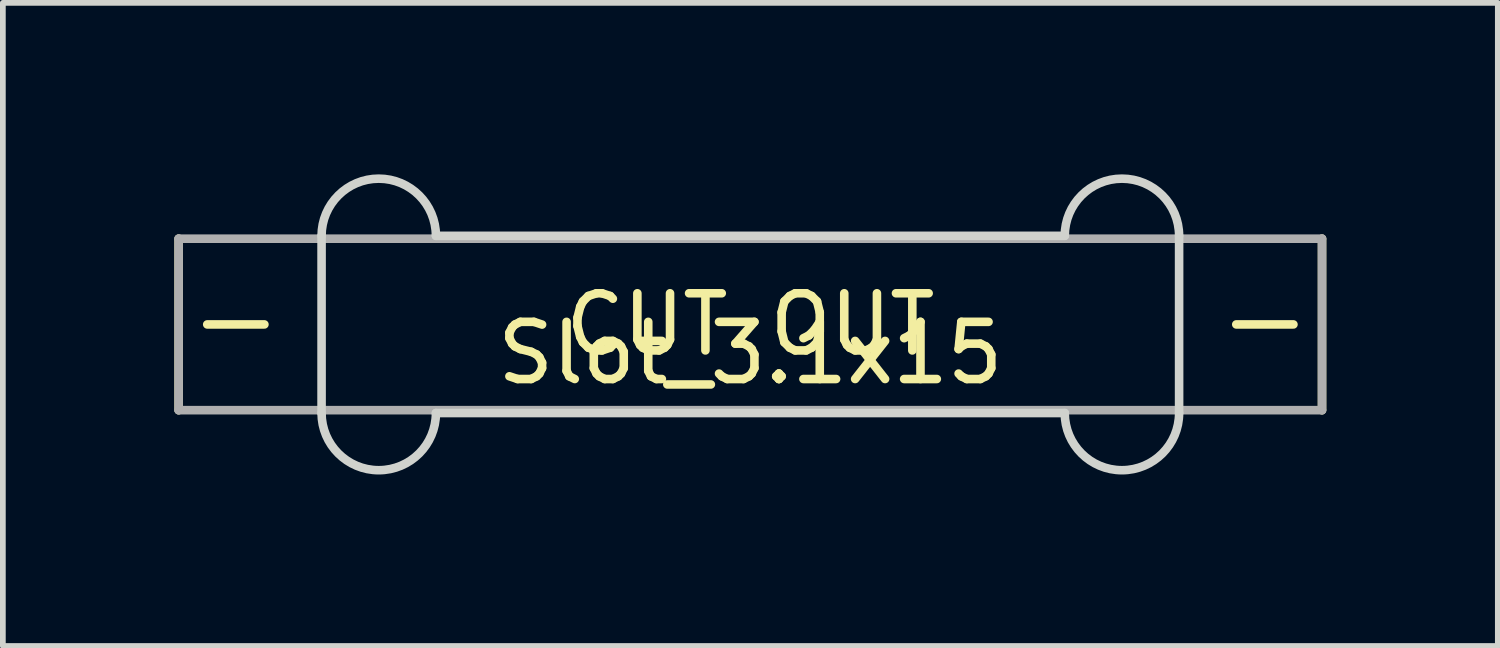
<source format=kicad_pcb>
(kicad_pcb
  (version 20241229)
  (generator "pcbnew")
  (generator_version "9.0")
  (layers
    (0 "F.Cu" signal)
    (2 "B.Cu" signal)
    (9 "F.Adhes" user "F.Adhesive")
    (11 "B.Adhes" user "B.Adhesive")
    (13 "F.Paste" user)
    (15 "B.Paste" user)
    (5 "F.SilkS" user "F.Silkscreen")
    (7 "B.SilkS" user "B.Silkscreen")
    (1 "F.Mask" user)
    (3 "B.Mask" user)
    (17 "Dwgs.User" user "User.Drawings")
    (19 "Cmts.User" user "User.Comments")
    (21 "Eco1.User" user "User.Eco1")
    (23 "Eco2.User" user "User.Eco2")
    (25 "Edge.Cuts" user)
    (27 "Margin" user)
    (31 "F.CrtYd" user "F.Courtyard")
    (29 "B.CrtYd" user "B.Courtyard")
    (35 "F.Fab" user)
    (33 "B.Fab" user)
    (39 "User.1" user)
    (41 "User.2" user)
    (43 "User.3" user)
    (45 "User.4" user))
  (footprint "Slot_3.1x15"
    (layer "F.Cu")
    (at 10.075 2.625)
    (property "Reference" "Slot_3.1x15" (at 0 0.5 0) (layer "F.SilkS") (effects (font (size 1 1) (thickness 0.15))))
    (attr through_hole)
    (fp_line (start -10 -1.5) (end -10 1.5) (stroke (width 0.15) (type solid)) (layer "F.SilkS"))
    (fp_line (start -9.5 0) (end -8.5 0) (stroke (width 0.15) (type solid)) (layer "F.SilkS"))
    (fp_line (start 9.5 0) (end 8.5 0) (stroke (width 0.15) (type solid)) (layer "F.SilkS"))
    (fp_line (start 10 -1.5) (end 10 1.5) (stroke (width 0.15) (type solid)) (layer "F.SilkS"))
    (fp_line (start -7.5 -1.55) (end -7.5 1.55) (stroke (width 0.15) (type solid)) (layer "Edge.Cuts"))
    (fp_line (start -5.5 -1.55) (end 5.5 -1.55) (stroke (width 0.15) (type solid)) (layer "Edge.Cuts"))
    (fp_line (start -5.5 1.55) (end 5.5 1.55) (stroke (width 0.15) (type solid)) (layer "Edge.Cuts"))
    (fp_line (start 7.5 -1.55) (end 7.5 1.55) (stroke (width 0.15) (type solid)) (layer "Edge.Cuts"))
    (fp_arc (start -7.5 -1.55) (mid -6.5 -2.55) (end -5.5 -1.55) (stroke (width 0.15) (type solid)) (layer "Edge.Cuts"))
    (fp_arc (start -5.5 1.55) (mid -6.5 2.55) (end -7.5 1.55) (stroke (width 0.15) (type solid)) (layer "Edge.Cuts"))
    (fp_arc (start 5.5 -1.55) (mid 6.5 -2.55) (end 7.5 -1.55) (stroke (width 0.15) (type solid)) (layer "Edge.Cuts"))
    (fp_arc (start 7.5 1.55) (mid 6.5 2.55) (end 5.5 1.55) (stroke (width 0.15) (type solid)) (layer "Edge.Cuts"))
    (fp_line (start -10 -1.5) (end -10 1.5) (stroke (width 0.15) (type solid)) (layer "F.Fab"))
    (fp_line (start -10 1.5) (end 10 1.5) (stroke (width 0.15) (type solid)) (layer "F.Fab"))
    (fp_line (start 10 -1.5) (end -10 -1.5) (stroke (width 0.15) (type solid)) (layer "F.Fab"))
    (fp_line (start 10 1.5) (end 10 -1.5) (stroke (width 0.15) (type solid)) (layer "F.Fab"))
    (fp_text user "CUT OUT" (at 0 0 0) (layer "F.SilkS") (effects (font (size 1 1) (thickness 0.15)))))
  (gr_rect
    (start -3 -3)
    (end 23.15 8.25)
    (stroke (width 0.1) (type default))
    (fill no)
    (layer "Edge.Cuts")))
</source>
